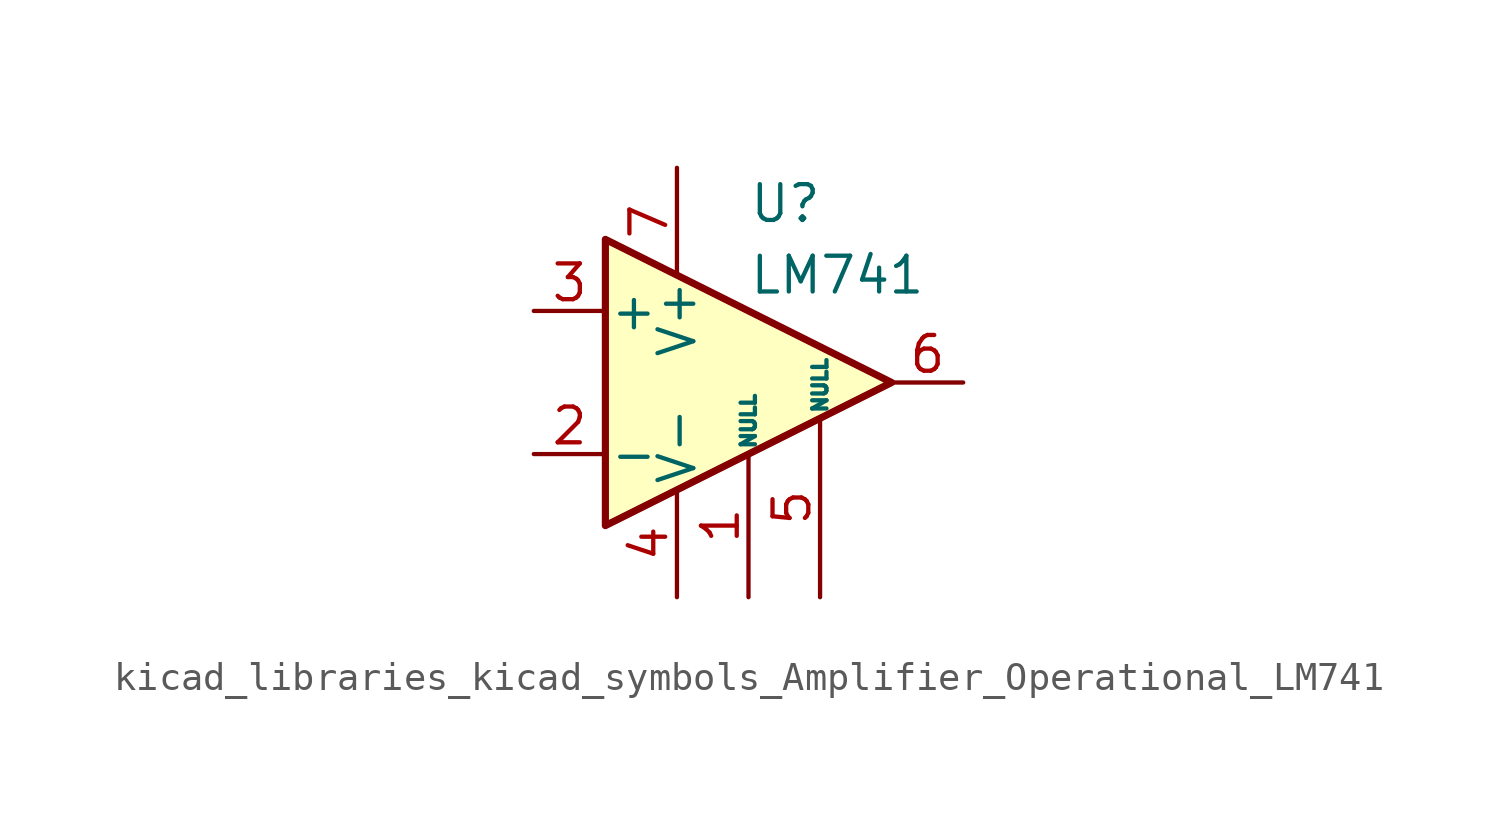
<source format=kicad_sym>
(kicad_symbol_lib
  (version 20220914)
  (generator kicad_symbol_editor)
  (symbol "kicad_libraries_kicad_symbols_Amplifier_Operational_LM741"
    (pin_names
      (offset 0.127))
    (property "Reference" "U"
      (at 0 6.35 0)
      (effects (font (size 1.27 1.27)) (justify left)))
    (property "Value" "LM741"
      (at 0 3.81 0)
      (effects (font (size 1.27 1.27)) (justify left)))
    (symbol "kicad_libraries_kicad_symbols_Amplifier_Operational_LM741_0_1"
      (polyline (pts (xy -5.08 5.08) (xy 5.08 0) (xy -5.08 -5.08) (xy -5.08 5.08)) (stroke (width 0.254) (type default)) (fill (type background))))
    (symbol "kicad_libraries_kicad_symbols_Amplifier_Operational_LM741_1_1"
      (pin input line (at 0 -7.62 90) (length 5.08) (name "NULL" (effects (font (size 0.508 0.508)))) (number "1" (effects (font (size 1.27 1.27)))))
      (pin input line (at -7.62 -2.54 0) (length 2.54) (name "-" (effects (font (size 1.27 1.27)))) (number "2" (effects (font (size 1.27 1.27)))))
      (pin input line (at -7.62 2.54 0) (length 2.54) (name "+" (effects (font (size 1.27 1.27)))) (number "3" (effects (font (size 1.27 1.27)))))
      (pin power_in line (at -2.54 -7.62 90) (length 3.81) (name "V-" (effects (font (size 1.27 1.27)))) (number "4" (effects (font (size 1.27 1.27)))))
      (pin input line (at 2.54 -7.62 90) (length 6.35) (name "NULL" (effects (font (size 0.508 0.508)))) (number "5" (effects (font (size 1.27 1.27)))))
      (pin output line (at 7.62 0 180) (length 2.54) (name "~" (effects (font (size 1.27 1.27)))) (number "6" (effects (font (size 1.27 1.27)))))
      (pin power_in line (at -2.54 7.62 270) (length 3.81) (name "V+" (effects (font (size 1.27 1.27)))) (number "7" (effects (font (size 1.27 1.27)))))
      (pin no_connect line (at 0 2.54 270) (length 2.54) hide (name "NC" (effects (font (size 1.27 1.27)))) (number "8" (effects (font (size 1.27 1.27))))))))
</source>
